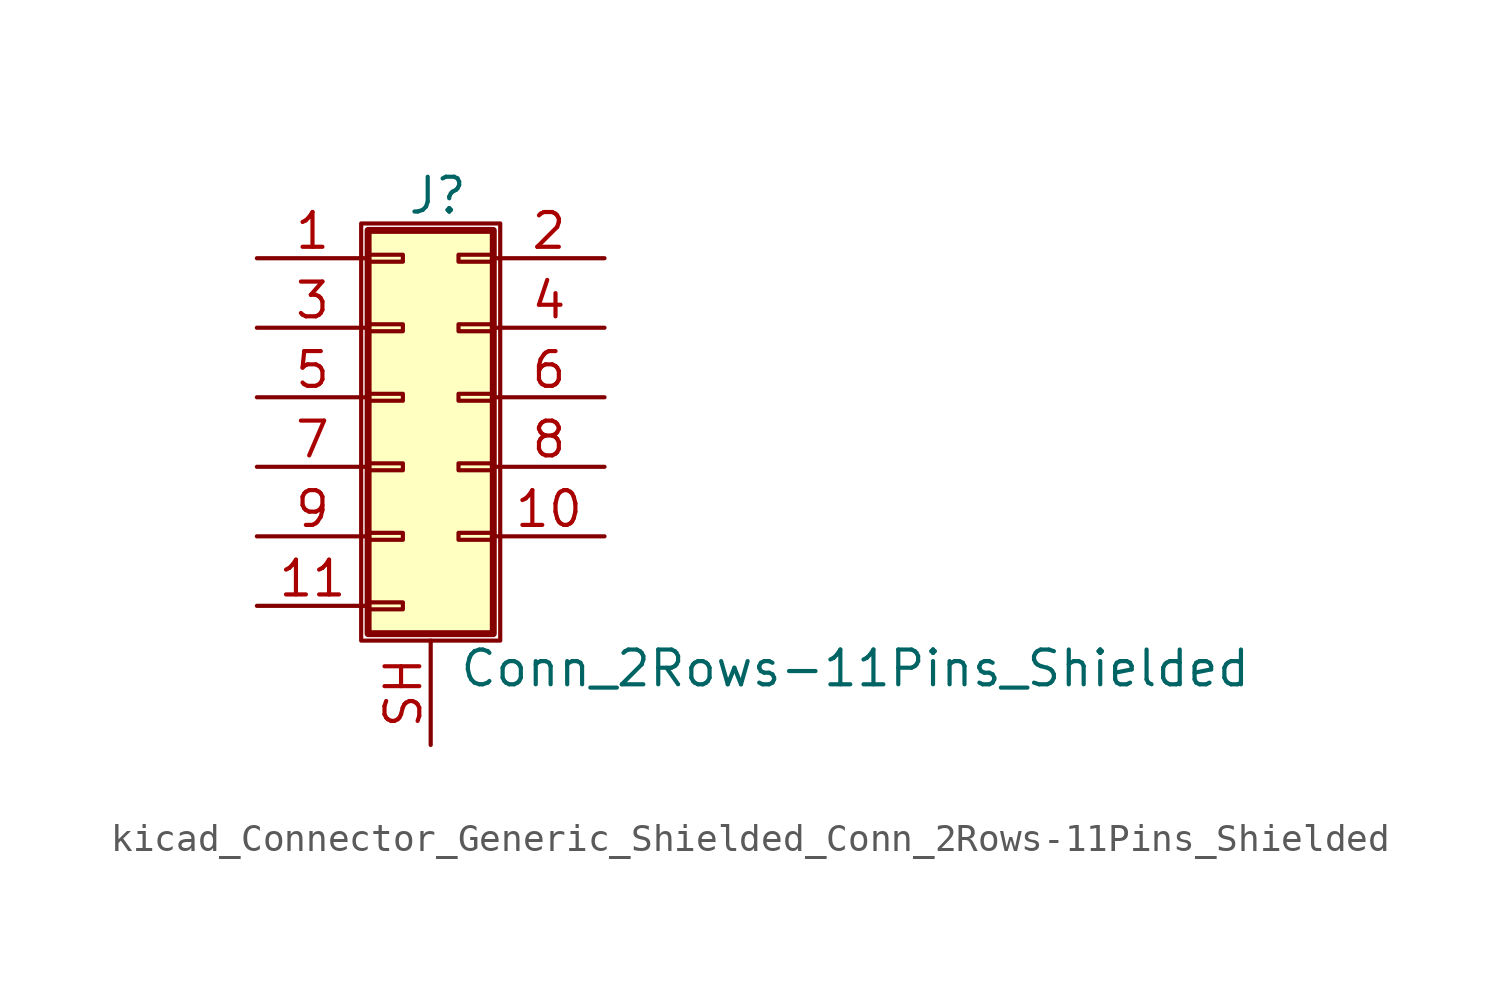
<source format=kicad_sym>
(kicad_symbol_lib
  (version 20220914)
  (generator kicad_symbol_editor)
  (symbol "kicad_Connector_Generic_Shielded_Conn_2Rows-11Pins_Shielded"
    (pin_names
      (offset 1.016) hide)
    (property "Reference" "J"
      (at 1.524 7.366 0)
      (effects (font (size 1.27 1.27))))
    (property "Value" "Conn_2Rows-11Pins_Shielded"
      (at 2.286 -9.906 0)
      (effects (font (size 1.27 1.27)) (justify left)))
    (symbol "kicad_Connector_Generic_Shielded_Conn_2Rows-11Pins_Shielded_1_1"
      (rectangle (start -1.27 6.35) (end 3.81 -8.89) (stroke (width 0.152) (type default)) (fill (type none)))
      (rectangle (start -1.016 -7.493) (end 0.254 -7.747) (stroke (width 0.152) (type default)) (fill (type none)))
      (rectangle (start -1.016 -4.953) (end 0.254 -5.207) (stroke (width 0.152) (type default)) (fill (type none)))
      (rectangle (start -1.016 -2.413) (end 0.254 -2.667) (stroke (width 0.152) (type default)) (fill (type none)))
      (rectangle (start -1.016 0.127) (end 0.254 -0.127) (stroke (width 0.152) (type default)) (fill (type none)))
      (rectangle (start -1.016 2.667) (end 0.254 2.413) (stroke (width 0.152) (type default)) (fill (type none)))
      (rectangle (start -1.016 5.207) (end 0.254 4.953) (stroke (width 0.152) (type default)) (fill (type none)))
      (rectangle (start -1.016 6.096) (end 3.556 -8.636) (stroke (width 0.254) (type default)) (fill (type background)))
      (rectangle (start 3.556 -4.953) (end 2.286 -5.207) (stroke (width 0.152) (type default)) (fill (type none)))
      (rectangle (start 3.556 -2.413) (end 2.286 -2.667) (stroke (width 0.152) (type default)) (fill (type none)))
      (rectangle (start 3.556 0.127) (end 2.286 -0.127) (stroke (width 0.152) (type default)) (fill (type none)))
      (rectangle (start 3.556 2.667) (end 2.286 2.413) (stroke (width 0.152) (type default)) (fill (type none)))
      (rectangle (start 3.556 5.207) (end 2.286 4.953) (stroke (width 0.152) (type default)) (fill (type none)))
      (pin passive line (at -5.08 5.08 0) (length 4.064) (name "Pin_1" (effects (font (size 1.27 1.27)))) (number "1" (effects (font (size 1.27 1.27)))))
      (pin passive line (at 7.62 -5.08 180) (length 4.064) (name "Pin_10" (effects (font (size 1.27 1.27)))) (number "10" (effects (font (size 1.27 1.27)))))
      (pin passive line (at -5.08 -7.62 0) (length 4.064) (name "Pin_11" (effects (font (size 1.27 1.27)))) (number "11" (effects (font (size 1.27 1.27)))))
      (pin passive line (at 7.62 5.08 180) (length 4.064) (name "Pin_2" (effects (font (size 1.27 1.27)))) (number "2" (effects (font (size 1.27 1.27)))))
      (pin passive line (at -5.08 2.54 0) (length 4.064) (name "Pin_3" (effects (font (size 1.27 1.27)))) (number "3" (effects (font (size 1.27 1.27)))))
      (pin passive line (at 7.62 2.54 180) (length 4.064) (name "Pin_4" (effects (font (size 1.27 1.27)))) (number "4" (effects (font (size 1.27 1.27)))))
      (pin passive line (at -5.08 0 0) (length 4.064) (name "Pin_5" (effects (font (size 1.27 1.27)))) (number "5" (effects (font (size 1.27 1.27)))))
      (pin passive line (at 7.62 0 180) (length 4.064) (name "Pin_6" (effects (font (size 1.27 1.27)))) (number "6" (effects (font (size 1.27 1.27)))))
      (pin passive line (at -5.08 -2.54 0) (length 4.064) (name "Pin_7" (effects (font (size 1.27 1.27)))) (number "7" (effects (font (size 1.27 1.27)))))
      (pin passive line (at 7.62 -2.54 180) (length 4.064) (name "Pin_8" (effects (font (size 1.27 1.27)))) (number "8" (effects (font (size 1.27 1.27)))))
      (pin passive line (at -5.08 -5.08 0) (length 4.064) (name "Pin_9" (effects (font (size 1.27 1.27)))) (number "9" (effects (font (size 1.27 1.27)))))
      (pin passive line (at 1.27 -12.7 90) (length 3.81) (name "Shield" (effects (font (size 1.27 1.27)))) (number "SH" (effects (font (size 1.27 1.27))))))))
</source>
